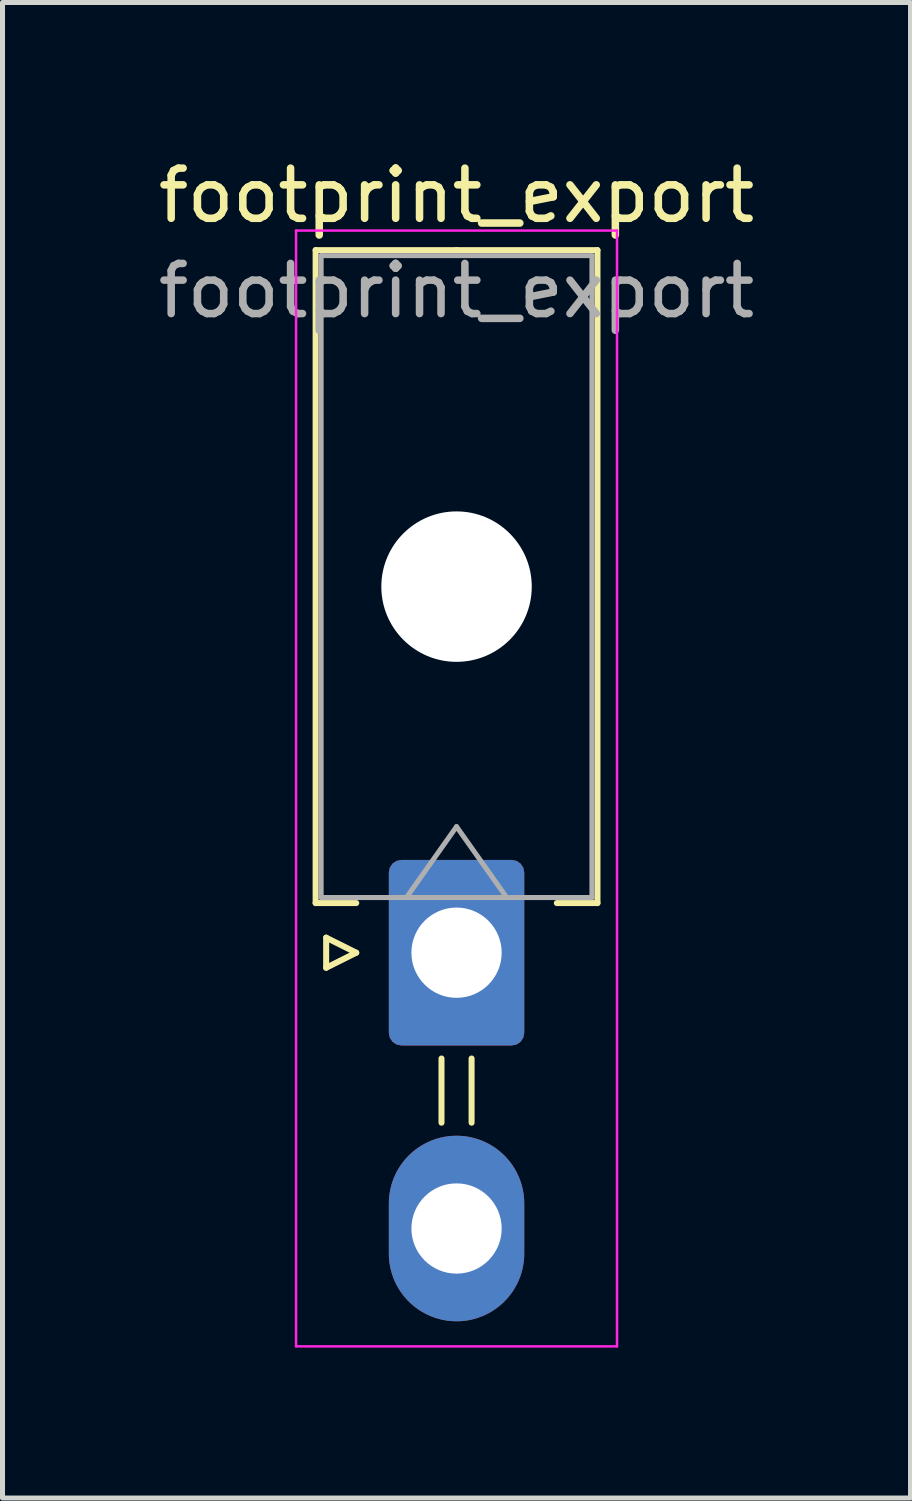
<source format=kicad_pcb>
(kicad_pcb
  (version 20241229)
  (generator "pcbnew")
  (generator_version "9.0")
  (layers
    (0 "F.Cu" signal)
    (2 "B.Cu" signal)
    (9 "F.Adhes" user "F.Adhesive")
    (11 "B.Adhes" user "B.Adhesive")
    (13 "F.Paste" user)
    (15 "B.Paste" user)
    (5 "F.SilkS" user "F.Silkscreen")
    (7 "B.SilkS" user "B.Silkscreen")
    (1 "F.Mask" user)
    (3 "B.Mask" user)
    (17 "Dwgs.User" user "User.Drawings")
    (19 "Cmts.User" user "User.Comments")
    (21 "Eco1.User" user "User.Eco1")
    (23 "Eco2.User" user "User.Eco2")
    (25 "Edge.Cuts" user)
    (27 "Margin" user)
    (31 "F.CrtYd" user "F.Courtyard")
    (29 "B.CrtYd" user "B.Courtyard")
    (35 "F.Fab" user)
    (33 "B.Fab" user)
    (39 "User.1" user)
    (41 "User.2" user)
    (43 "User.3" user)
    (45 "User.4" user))
  (footprint "footprint_export"
    (layer "F.Cu")
    (at 6.054 15.948)
    (property "Reference" "footprint_export" (at 0 -15.1 0) (layer "F.SilkS") (effects (font (size 1 1) (thickness 0.15))))
    (attr through_hole)
    (fp_line (start -2.81 -14.01) (end 0 -14.01) (stroke (width 0.12) (type solid)) (layer "F.SilkS"))
    (fp_line (start -2.81 -0.99) (end -2.81 -14.01) (stroke (width 0.12) (type solid)) (layer "F.SilkS"))
    (fp_line (start -2.6 -0.3) (end -2 0) (stroke (width 0.12) (type solid)) (layer "F.SilkS"))
    (fp_line (start -2.6 0.3) (end -2.6 -0.3) (stroke (width 0.12) (type solid)) (layer "F.SilkS"))
    (fp_line (start -2 -0.99) (end -2.81 -0.99) (stroke (width 0.12) (type solid)) (layer "F.SilkS"))
    (fp_line (start -2 0) (end -2.6 0.3) (stroke (width 0.12) (type solid)) (layer "F.SilkS"))
    (fp_line (start -0.3 2.11) (end -0.3 3.39) (stroke (width 0.12) (type solid)) (layer "F.SilkS"))
    (fp_line (start 0.3 2.11) (end 0.3 3.39) (stroke (width 0.12) (type solid)) (layer "F.SilkS"))
    (fp_line (start 2 -0.99) (end 2.81 -0.99) (stroke (width 0.12) (type solid)) (layer "F.SilkS"))
    (fp_line (start 2.81 -14.01) (end 0 -14.01) (stroke (width 0.12) (type solid)) (layer "F.SilkS"))
    (fp_line (start 2.81 -0.99) (end 2.81 -14.01) (stroke (width 0.12) (type solid)) (layer "F.SilkS"))
    (fp_line (start -3.2 -14.4) (end -3.2 7.85) (stroke (width 0.05) (type solid)) (layer "F.CrtYd"))
    (fp_line (start -3.2 7.85) (end 3.2 7.85) (stroke (width 0.05) (type solid)) (layer "F.CrtYd"))
    (fp_line (start 3.2 -14.4) (end -3.2 -14.4) (stroke (width 0.05) (type solid)) (layer "F.CrtYd"))
    (fp_line (start 3.2 7.85) (end 3.2 -14.4) (stroke (width 0.05) (type solid)) (layer "F.CrtYd"))
    (fp_line (start -2.7 -13.9) (end -2.7 -1.1) (stroke (width 0.1) (type solid)) (layer "F.Fab"))
    (fp_line (start -2.7 -1.1) (end 2.7 -1.1) (stroke (width 0.1) (type solid)) (layer "F.Fab"))
    (fp_line (start -1 -1.1) (end 0 -2.514) (stroke (width 0.1) (type solid)) (layer "F.Fab"))
    (fp_line (start 0 -2.514) (end 1 -1.1) (stroke (width 0.1) (type solid)) (layer "F.Fab"))
    (fp_line (start 2.7 -13.9) (end -2.7 -13.9) (stroke (width 0.1) (type solid)) (layer "F.Fab"))
    (fp_line (start 2.7 -1.1) (end 2.7 -13.9) (stroke (width 0.1) (type solid)) (layer "F.Fab"))
    (fp_text user "${REFERENCE}" (at 0 -13.2 0) (layer "F.Fab") (effects (font (size 1 1) (thickness 0.15))))
    (pad "" np_thru_hole circle (at 0 -7.3) (size 3 3) (drill 3) (layers "*.Cu" "*.Mask"))
    (pad "1" thru_hole roundrect (at 0 0) (size 2.7 3.7) (drill 1.8) (layers "*.Cu" "*.Mask") (roundrect_rratio 0.093))
    (pad "2" thru_hole oval (at 0 5.5) (size 2.7 3.7) (drill 1.8) (layers "*.Cu" "*.Mask")))
  (gr_rect
    (start -3 -3)
    (end 15.107 26.823)
    (stroke (width 0.1) (type default))
    (fill no)
    (layer "Edge.Cuts")))
</source>
